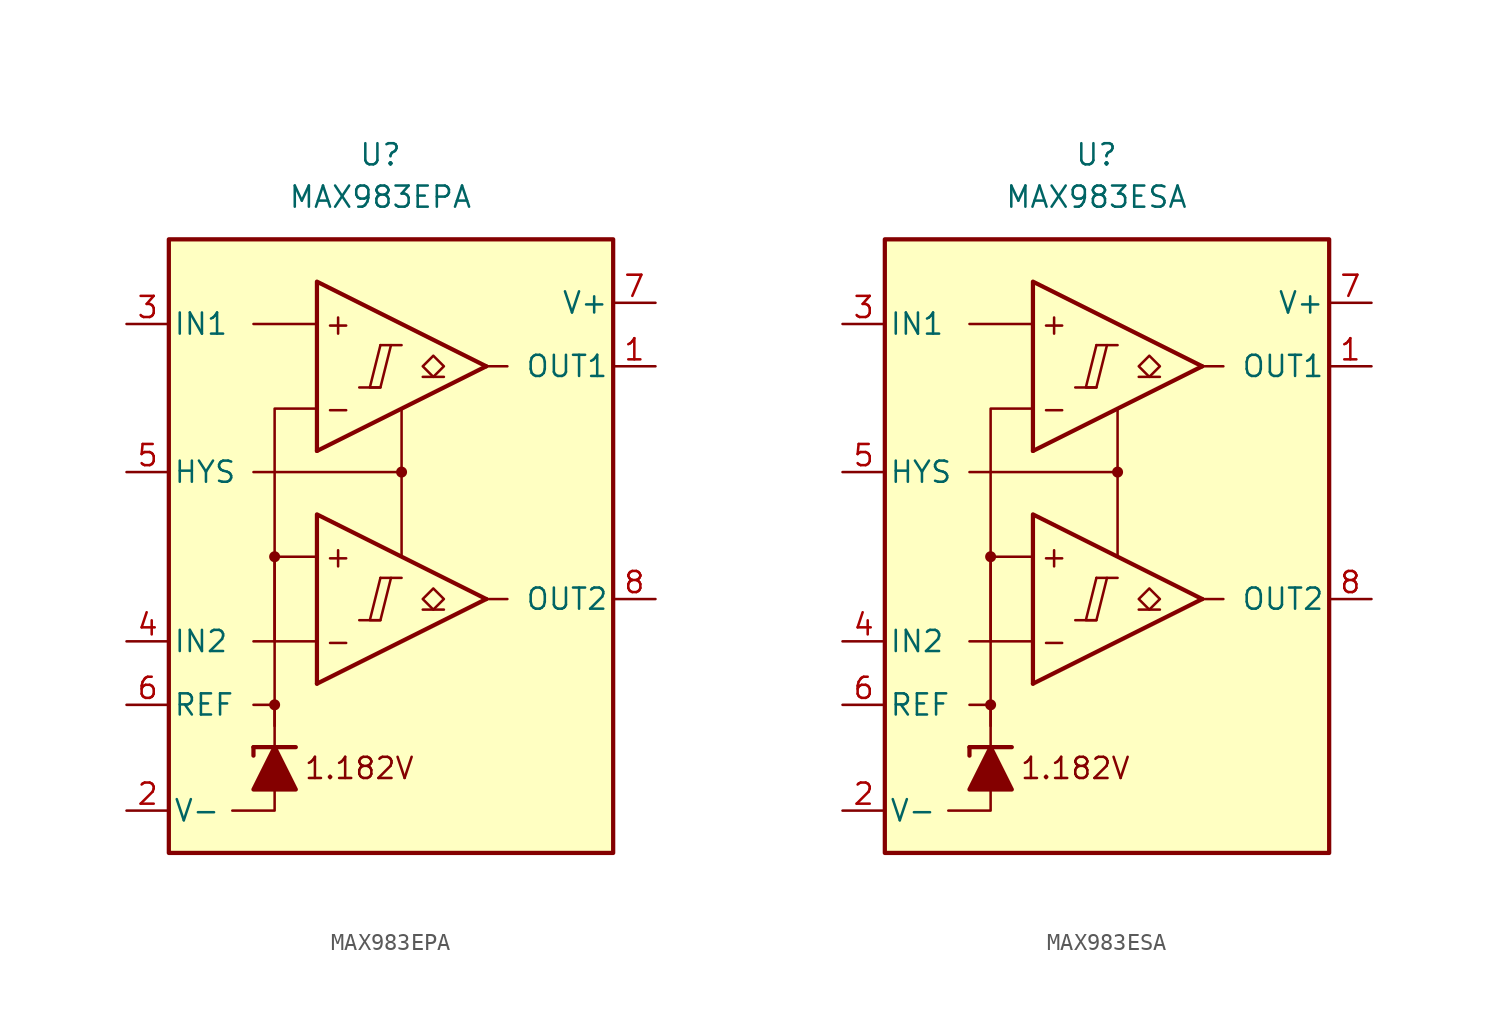
<source format=kicad_sym>
(kicad_symbol_lib
  (version 20231120)
  (generator "kicad_symbol_editor")
  (generator_version "8.0")
  (symbol "MAX983EPA"
    (pin_names
      (offset 0.254))
    (property "Reference" "U"
      (at -1.27 22.86 0)
      (effects (font (size 1.27 1.27))))
    (property "Value" "MAX983EPA"
      (at -1.27 20.32 0)
      (effects (font (size 1.27 1.27))))
    (symbol "MAX983EPA_0_0"
      (rectangle (start -13.97 17.78) (end 12.7 -19.05) (stroke (width 0.254) (type default)) (fill (type background)))
      (circle (center -7.62 -10.16) (radius 0.254) (stroke (width 0.152) (type default)) (fill (type outline)))
      (circle (center -7.62 -1.27) (radius 0.254) (stroke (width 0.152) (type default)) (fill (type outline)))
      (polyline (pts (xy -2.54 -5.08) (xy -1.27 -5.08)) (stroke (width 0.152) (type default)) (fill (type none)))
      (polyline (pts (xy -2.54 8.89) (xy -1.27 8.89)) (stroke (width 0.152) (type default)) (fill (type none)))
      (polyline (pts (xy -1.27 -2.54) (xy 0 -2.54)) (stroke (width 0.152) (type default)) (fill (type none)))
      (polyline (pts (xy -1.27 11.43) (xy 0 11.43)) (stroke (width 0.152) (type default)) (fill (type none)))
      (polyline (pts (xy 5.08 -3.81) (xy -5.08 -8.89)) (stroke (width 0.254) (type default)) (fill (type none)))
      (polyline (pts (xy 5.08 10.16) (xy -5.08 5.08)) (stroke (width 0.254) (type default)) (fill (type none)))
      (polyline (pts (xy 5.08 -3.81) (xy -5.08 1.27) (xy -5.08 -8.89)) (stroke (width 0.254) (type default)) (fill (type background)))
      (polyline (pts (xy 5.08 10.16) (xy -5.08 15.24) (xy -5.08 5.08)) (stroke (width 0.254) (type default)) (fill (type background)))
      (polyline (pts (xy -1.27 -2.54) (xy -1.905 -5.08) (xy -1.27 -5.08) (xy -0.635 -2.54)) (stroke (width 0.152) (type default)) (fill (type none)))
      (polyline (pts (xy -1.27 11.43) (xy -1.905 8.89) (xy -1.27 8.89) (xy -0.635 11.43)) (stroke (width 0.152) (type default)) (fill (type none)))
      (circle (center 0 3.81) (radius 0.254) (stroke (width 0.152) (type default)) (fill (type outline)))
      (text "+" (at -3.81 -1.27 0) (effects (font (size 1.27 1.27))))
      (text "+" (at -3.81 12.7 0) (effects (font (size 1.27 1.27))))
      (text "-" (at -3.81 -6.35 0) (effects (font (size 1.27 1.27))))
      (text "-" (at -3.81 7.62 0) (effects (font (size 1.27 1.27))))
      (text "1.182V" (at -2.54 -13.97 0) (effects (font (size 1.27 1.27)))))
    (symbol "MAX983EPA_0_1"
      (polyline (pts (xy -8.89 -12.7) (xy -8.89 -13.208)) (stroke (width 0.254) (type default)) (fill (type none)))
      (polyline (pts (xy -8.89 -12.7) (xy -6.35 -12.7)) (stroke (width 0.254) (type default)) (fill (type none)))
      (polyline (pts (xy -5.08 -6.35) (xy -8.89 -6.35)) (stroke (width 0) (type default)) (fill (type none)))
      (polyline (pts (xy -5.08 12.7) (xy -8.89 12.7)) (stroke (width 0) (type default)) (fill (type none)))
      (polyline (pts (xy 0 3.81) (xy 0 -1.27)) (stroke (width 0) (type default)) (fill (type none)))
      (polyline (pts (xy 5.08 -3.81) (xy 6.35 -3.81)) (stroke (width 0) (type default)) (fill (type none)))
      (polyline (pts (xy 5.08 10.16) (xy 6.35 10.16)) (stroke (width 0) (type default)) (fill (type none)))
      (polyline (pts (xy -7.62 -15.24) (xy -7.62 -16.51) (xy -10.16 -16.51)) (stroke (width 0) (type default)) (fill (type none)))
      (polyline (pts (xy -7.62 -12.7) (xy -7.62 -10.16) (xy -8.89 -10.16)) (stroke (width 0) (type default)) (fill (type none)))
      (polyline (pts (xy -7.62 -11.43) (xy -7.62 -1.27) (xy -5.08 -1.27)) (stroke (width 0) (type default)) (fill (type none)))
      (polyline (pts (xy -7.62 -6.35) (xy -7.62 7.62) (xy -5.08 7.62)) (stroke (width 0) (type default)) (fill (type none)))
      (polyline (pts (xy 0 7.62) (xy 0 3.81) (xy -8.89 3.81)) (stroke (width 0) (type default)) (fill (type none)))
      (polyline (pts (xy -6.35 -15.24) (xy -8.89 -15.24) (xy -7.62 -12.7) (xy -6.35 -15.24)) (stroke (width 0.254) (type default)) (fill (type outline))))
    (symbol "MAX983EPA_1_1"
      (polyline (pts (xy 2.54 -4.445) (xy 1.27 -4.445)) (stroke (width 0.152) (type default)) (fill (type none)))
      (polyline (pts (xy 2.54 9.525) (xy 1.27 9.525)) (stroke (width 0.152) (type default)) (fill (type none)))
      (polyline (pts (xy 1.905 -4.445) (xy 1.27 -3.81) (xy 1.905 -3.175) (xy 2.54 -3.81) (xy 1.905 -4.445)) (stroke (width 0.152) (type default)) (fill (type none)))
      (polyline (pts (xy 1.905 9.525) (xy 1.27 10.16) (xy 1.905 10.795) (xy 2.54 10.16) (xy 1.905 9.525)) (stroke (width 0.152) (type default)) (fill (type none)))
      (pin output line (at 15.24 10.16 180) (length 2.54) (name "OUT1" (effects (font (size 1.27 1.27)))) (number "1" (effects (font (size 1.27 1.27)))))
      (pin power_in line (at -16.51 -16.51 0) (length 2.54) (name "V-" (effects (font (size 1.27 1.27)))) (number "2" (effects (font (size 1.27 1.27)))))
      (pin input line (at -16.51 12.7 0) (length 2.54) (name "IN1" (effects (font (size 1.27 1.27)))) (number "3" (effects (font (size 1.27 1.27)))))
      (pin input line (at -16.51 -6.35 0) (length 2.54) (name "IN2" (effects (font (size 1.27 1.27)))) (number "4" (effects (font (size 1.27 1.27)))))
      (pin input line (at -16.51 3.81 0) (length 2.54) (name "HYS" (effects (font (size 1.27 1.27)))) (number "5" (effects (font (size 1.27 1.27)))))
      (pin output line (at -16.51 -10.16 0) (length 2.54) (name "REF" (effects (font (size 1.27 1.27)))) (number "6" (effects (font (size 1.27 1.27)))))
      (pin power_in line (at 15.24 13.97 180) (length 2.54) (name "V+" (effects (font (size 1.27 1.27)))) (number "7" (effects (font (size 1.27 1.27)))))
      (pin output line (at 15.24 -3.81 180) (length 2.54) (name "OUT2" (effects (font (size 1.27 1.27)))) (number "8" (effects (font (size 1.27 1.27)))))))
  (symbol "MAX983ESA"
    (pin_names
      (offset 0.254))
    (property "Reference" "U"
      (at -1.27 22.86 0)
      (effects (font (size 1.27 1.27))))
    (property "Value" "MAX983ESA"
      (at -1.27 20.32 0)
      (effects (font (size 1.27 1.27))))
    (symbol "MAX983ESA_0_0"
      (rectangle (start -13.97 17.78) (end 12.7 -19.05) (stroke (width 0.254) (type default)) (fill (type background)))
      (circle (center -7.62 -10.16) (radius 0.254) (stroke (width 0.152) (type default)) (fill (type outline)))
      (circle (center -7.62 -1.27) (radius 0.254) (stroke (width 0.152) (type default)) (fill (type outline)))
      (polyline (pts (xy -2.54 -5.08) (xy -1.27 -5.08)) (stroke (width 0.152) (type default)) (fill (type none)))
      (polyline (pts (xy -2.54 8.89) (xy -1.27 8.89)) (stroke (width 0.152) (type default)) (fill (type none)))
      (polyline (pts (xy -1.27 -2.54) (xy 0 -2.54)) (stroke (width 0.152) (type default)) (fill (type none)))
      (polyline (pts (xy -1.27 11.43) (xy 0 11.43)) (stroke (width 0.152) (type default)) (fill (type none)))
      (polyline (pts (xy 5.08 -3.81) (xy -5.08 -8.89)) (stroke (width 0.254) (type default)) (fill (type none)))
      (polyline (pts (xy 5.08 10.16) (xy -5.08 5.08)) (stroke (width 0.254) (type default)) (fill (type none)))
      (polyline (pts (xy 5.08 -3.81) (xy -5.08 1.27) (xy -5.08 -8.89)) (stroke (width 0.254) (type default)) (fill (type background)))
      (polyline (pts (xy 5.08 10.16) (xy -5.08 15.24) (xy -5.08 5.08)) (stroke (width 0.254) (type default)) (fill (type background)))
      (polyline (pts (xy -1.27 -2.54) (xy -1.905 -5.08) (xy -1.27 -5.08) (xy -0.635 -2.54)) (stroke (width 0.152) (type default)) (fill (type none)))
      (polyline (pts (xy -1.27 11.43) (xy -1.905 8.89) (xy -1.27 8.89) (xy -0.635 11.43)) (stroke (width 0.152) (type default)) (fill (type none)))
      (circle (center 0 3.81) (radius 0.254) (stroke (width 0.152) (type default)) (fill (type outline)))
      (text "+" (at -3.81 -1.27 0) (effects (font (size 1.27 1.27))))
      (text "+" (at -3.81 12.7 0) (effects (font (size 1.27 1.27))))
      (text "-" (at -3.81 -6.35 0) (effects (font (size 1.27 1.27))))
      (text "-" (at -3.81 7.62 0) (effects (font (size 1.27 1.27))))
      (text "1.182V" (at -2.54 -13.97 0) (effects (font (size 1.27 1.27)))))
    (symbol "MAX983ESA_0_1"
      (polyline (pts (xy -8.89 -12.7) (xy -8.89 -13.208)) (stroke (width 0.254) (type default)) (fill (type none)))
      (polyline (pts (xy -8.89 -12.7) (xy -6.35 -12.7)) (stroke (width 0.254) (type default)) (fill (type none)))
      (polyline (pts (xy -5.08 -6.35) (xy -8.89 -6.35)) (stroke (width 0) (type default)) (fill (type none)))
      (polyline (pts (xy -5.08 12.7) (xy -8.89 12.7)) (stroke (width 0) (type default)) (fill (type none)))
      (polyline (pts (xy 0 3.81) (xy 0 -1.27)) (stroke (width 0) (type default)) (fill (type none)))
      (polyline (pts (xy 5.08 -3.81) (xy 6.35 -3.81)) (stroke (width 0) (type default)) (fill (type none)))
      (polyline (pts (xy 5.08 10.16) (xy 6.35 10.16)) (stroke (width 0) (type default)) (fill (type none)))
      (polyline (pts (xy -7.62 -15.24) (xy -7.62 -16.51) (xy -10.16 -16.51)) (stroke (width 0) (type default)) (fill (type none)))
      (polyline (pts (xy -7.62 -12.7) (xy -7.62 -10.16) (xy -8.89 -10.16)) (stroke (width 0) (type default)) (fill (type none)))
      (polyline (pts (xy -7.62 -11.43) (xy -7.62 -1.27) (xy -5.08 -1.27)) (stroke (width 0) (type default)) (fill (type none)))
      (polyline (pts (xy -7.62 -6.35) (xy -7.62 7.62) (xy -5.08 7.62)) (stroke (width 0) (type default)) (fill (type none)))
      (polyline (pts (xy 0 7.62) (xy 0 3.81) (xy -8.89 3.81)) (stroke (width 0) (type default)) (fill (type none)))
      (polyline (pts (xy -6.35 -15.24) (xy -8.89 -15.24) (xy -7.62 -12.7) (xy -6.35 -15.24)) (stroke (width 0.254) (type default)) (fill (type outline))))
    (symbol "MAX983ESA_1_1"
      (polyline (pts (xy 2.54 -4.445) (xy 1.27 -4.445)) (stroke (width 0.152) (type default)) (fill (type none)))
      (polyline (pts (xy 2.54 9.525) (xy 1.27 9.525)) (stroke (width 0.152) (type default)) (fill (type none)))
      (polyline (pts (xy 1.905 -4.445) (xy 1.27 -3.81) (xy 1.905 -3.175) (xy 2.54 -3.81) (xy 1.905 -4.445)) (stroke (width 0.152) (type default)) (fill (type none)))
      (polyline (pts (xy 1.905 9.525) (xy 1.27 10.16) (xy 1.905 10.795) (xy 2.54 10.16) (xy 1.905 9.525)) (stroke (width 0.152) (type default)) (fill (type none)))
      (pin output line (at 15.24 10.16 180) (length 2.54) (name "OUT1" (effects (font (size 1.27 1.27)))) (number "1" (effects (font (size 1.27 1.27)))))
      (pin power_in line (at -16.51 -16.51 0) (length 2.54) (name "V-" (effects (font (size 1.27 1.27)))) (number "2" (effects (font (size 1.27 1.27)))))
      (pin input line (at -16.51 12.7 0) (length 2.54) (name "IN1" (effects (font (size 1.27 1.27)))) (number "3" (effects (font (size 1.27 1.27)))))
      (pin input line (at -16.51 -6.35 0) (length 2.54) (name "IN2" (effects (font (size 1.27 1.27)))) (number "4" (effects (font (size 1.27 1.27)))))
      (pin input line (at -16.51 3.81 0) (length 2.54) (name "HYS" (effects (font (size 1.27 1.27)))) (number "5" (effects (font (size 1.27 1.27)))))
      (pin output line (at -16.51 -10.16 0) (length 2.54) (name "REF" (effects (font (size 1.27 1.27)))) (number "6" (effects (font (size 1.27 1.27)))))
      (pin power_in line (at 15.24 13.97 180) (length 2.54) (name "V+" (effects (font (size 1.27 1.27)))) (number "7" (effects (font (size 1.27 1.27)))))
      (pin output line (at 15.24 -3.81 180) (length 2.54) (name "OUT2" (effects (font (size 1.27 1.27)))) (number "8" (effects (font (size 1.27 1.27))))))))
</source>
